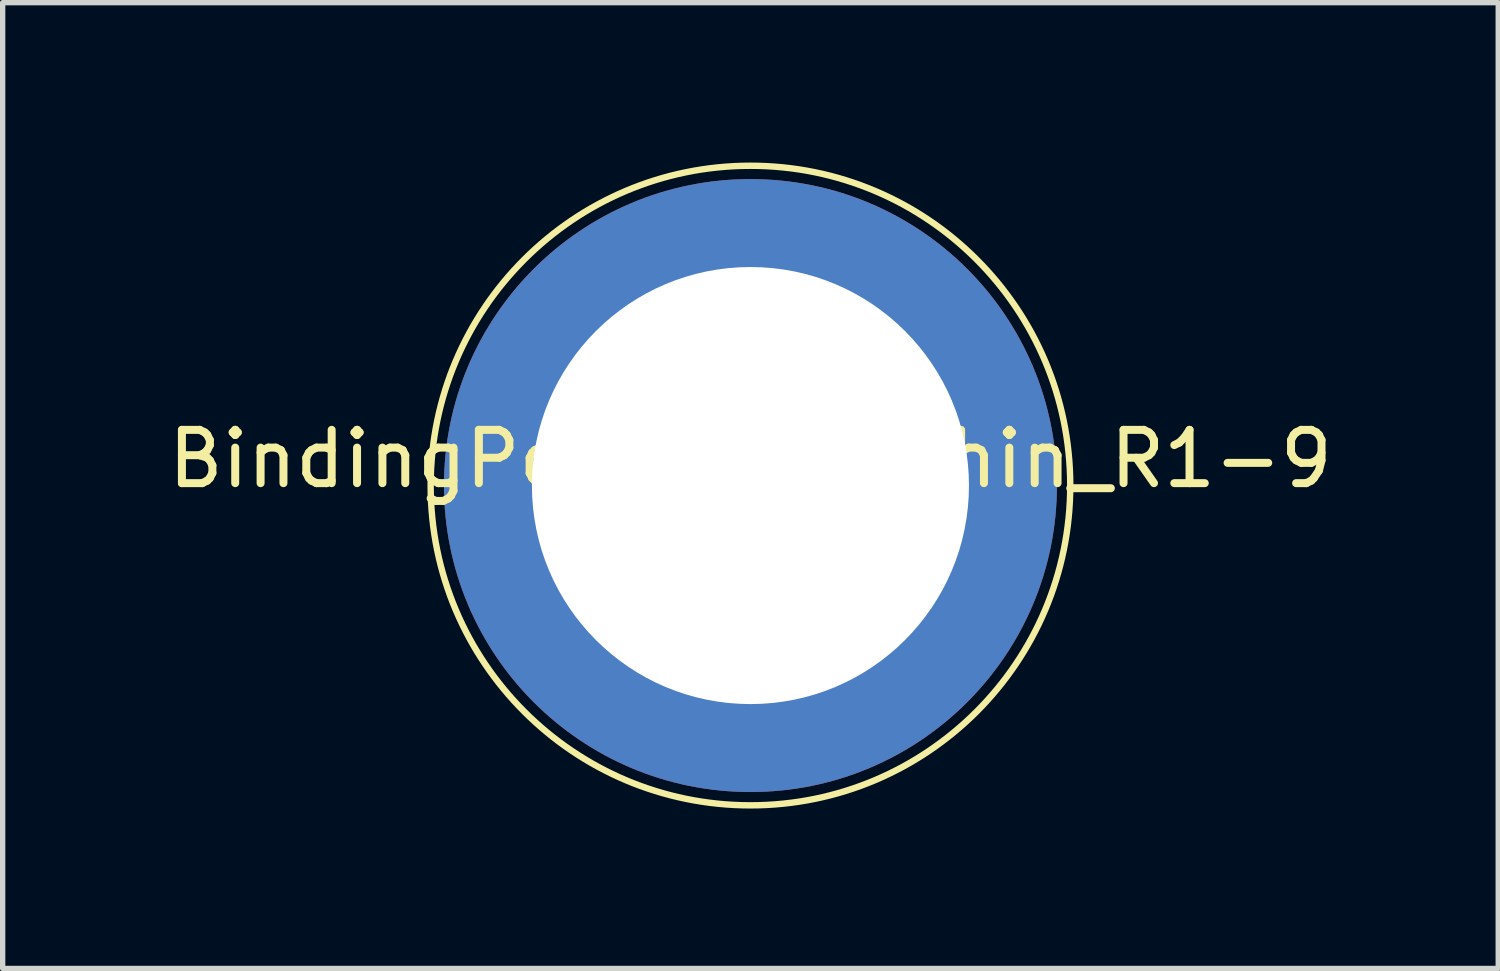
<source format=kicad_pcb>
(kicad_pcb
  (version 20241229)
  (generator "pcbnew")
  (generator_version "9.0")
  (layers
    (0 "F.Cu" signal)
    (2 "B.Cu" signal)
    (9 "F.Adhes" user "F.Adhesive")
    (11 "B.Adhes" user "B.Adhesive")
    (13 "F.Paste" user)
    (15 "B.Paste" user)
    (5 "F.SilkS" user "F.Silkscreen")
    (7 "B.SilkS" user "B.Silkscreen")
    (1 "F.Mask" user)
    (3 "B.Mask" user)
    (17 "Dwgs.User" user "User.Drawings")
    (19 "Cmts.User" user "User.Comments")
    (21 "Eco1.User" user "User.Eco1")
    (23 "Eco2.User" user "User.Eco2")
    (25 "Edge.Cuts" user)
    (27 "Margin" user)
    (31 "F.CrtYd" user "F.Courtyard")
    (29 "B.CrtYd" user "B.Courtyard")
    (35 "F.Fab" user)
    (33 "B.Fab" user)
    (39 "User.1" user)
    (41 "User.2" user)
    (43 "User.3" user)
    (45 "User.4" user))
  (footprint "BindingPost_Shin_Chin_R1-9"
    (layer "F.Cu")
    (at 11.03 6.06)
    (property "Reference" "BindingPost_Shin_Chin_R1-9" (at 0 -0.5 0) (unlocked yes) (layer "F.SilkS") (effects (font (size 1 1) (thickness 0.15))))
    (attr through_hole)
    (fp_circle (center 0 0) (end 6 0) (stroke (width 0.12) (type solid)) (fill no) (layer "F.SilkS"))
    (pad "1" thru_hole circle (at 0 0) (size 11.5 11.5) (drill 8.2) (layers "*.Cu" "*.Mask")))
  (gr_rect
    (start -3 -3)
    (end 25.06 15.12)
    (stroke (width 0.1) (type default))
    (fill no)
    (layer "Edge.Cuts")))
</source>
